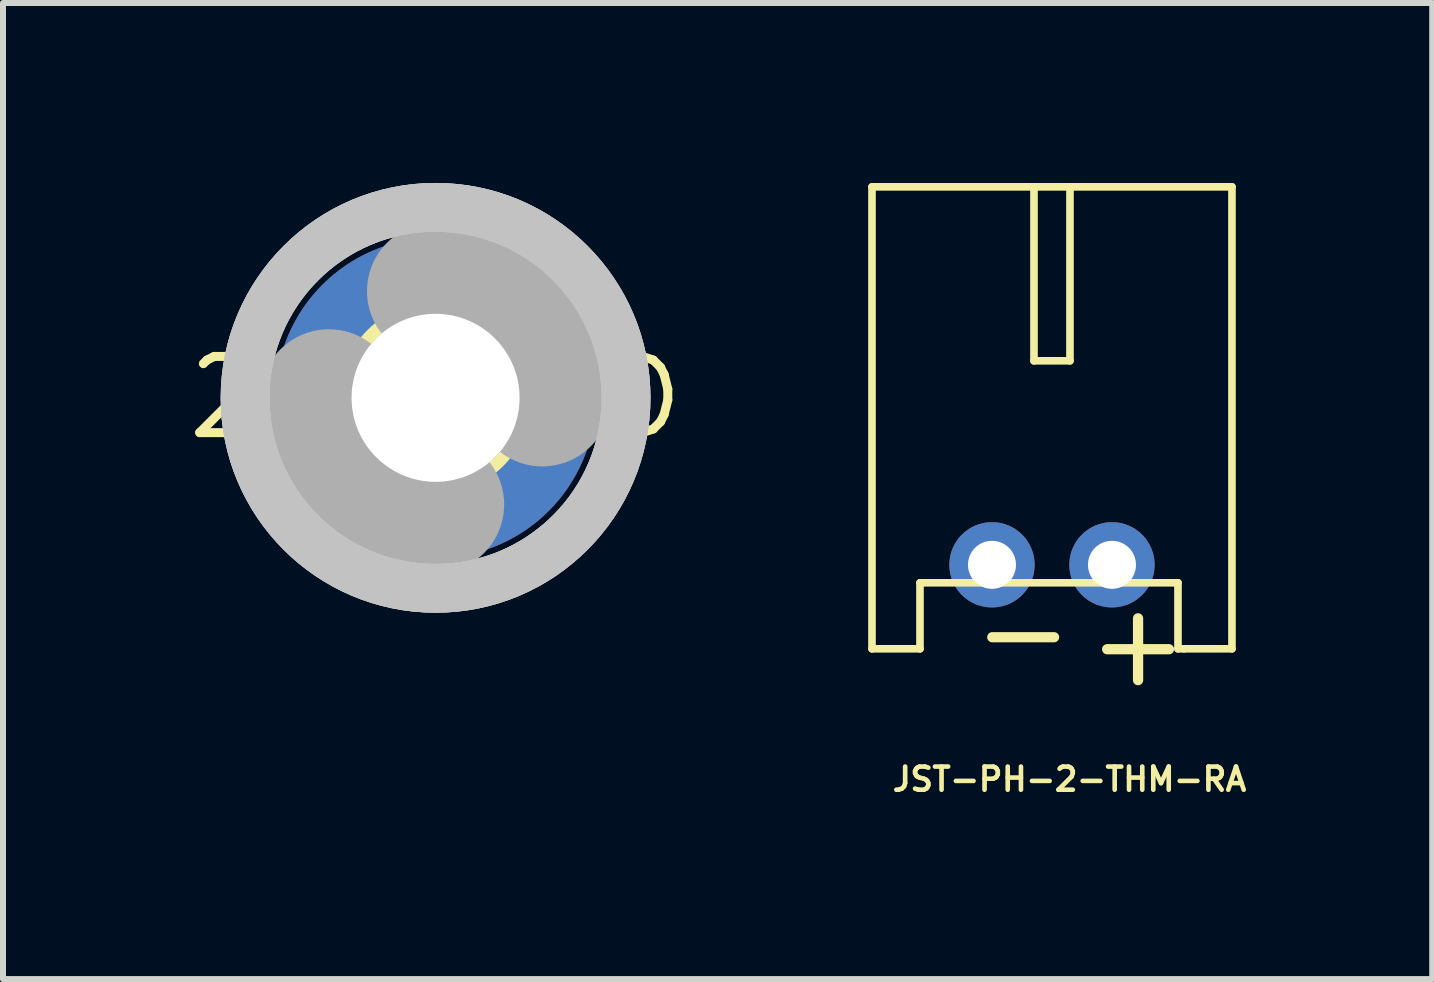
<source format=kicad_pcb>
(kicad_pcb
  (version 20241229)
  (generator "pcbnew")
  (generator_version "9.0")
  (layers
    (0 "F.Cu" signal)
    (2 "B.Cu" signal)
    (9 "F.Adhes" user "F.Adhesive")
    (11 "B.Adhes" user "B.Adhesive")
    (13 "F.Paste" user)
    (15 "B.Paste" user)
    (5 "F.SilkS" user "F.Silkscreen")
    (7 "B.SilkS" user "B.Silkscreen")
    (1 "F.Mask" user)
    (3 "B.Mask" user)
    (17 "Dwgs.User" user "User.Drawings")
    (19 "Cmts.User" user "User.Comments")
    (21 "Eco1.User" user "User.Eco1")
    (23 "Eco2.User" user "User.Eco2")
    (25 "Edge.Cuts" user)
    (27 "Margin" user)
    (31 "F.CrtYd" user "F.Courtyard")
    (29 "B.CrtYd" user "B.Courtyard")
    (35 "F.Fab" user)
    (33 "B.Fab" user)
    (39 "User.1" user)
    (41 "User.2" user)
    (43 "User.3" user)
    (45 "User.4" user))
  (footprint "2,8-PAD"
    (layer "F.Cu")
    (at 4.21 3.581)
    (property "Reference" "2,8-PAD" (at 0 0 0) (layer "F.SilkS") (effects (font (size 1.27 1.27) (thickness 0.15))))
    (attr through_hole)
    (fp_line (start 0 -2.921) (end 0 -2.667) (stroke (width 0.051) (type solid)) (layer "F.SilkS"))
    (fp_line (start 0 2.667) (end 0 2.921) (stroke (width 0.051) (type solid)) (layer "F.SilkS"))
    (fp_circle (center 0 0) (end 1.5 0) (stroke (width 0.203) (type solid)) (fill no) (layer "F.SilkS"))
    (fp_circle (center 0 0) (end 2.921 0) (stroke (width 0.152) (type solid)) (fill no) (layer "F.SilkS"))
    (fp_circle (center 0 0) (end 3.175 0) (stroke (width 0.813) (type solid)) (fill no) (layer "Dwgs.User"))
    (fp_circle (center 0 0) (end 3.175 0) (stroke (width 0.813) (type solid)) (fill no) (layer "Dwgs.User"))
    (fp_circle (center 0 0) (end 3.175 0) (stroke (width 0.813) (type solid)) (fill no) (layer "Dwgs.User"))
    (fp_arc (start 0 -1.778) (mid 1.257236 -1.257236) (end 1.778 0) (stroke (width 2.286) (type solid)) (layer "F.Fab"))
    (fp_arc (start 0 1.778) (mid -1.257236 1.257236) (end -1.778 0) (stroke (width 2.286) (type solid)) (layer "F.Fab"))
    (fp_circle (center 0 0) (end 0.635 0) (stroke (width 0.457) (type solid)) (fill no) (layer "F.Fab"))
    (pad "B2,8" thru_hole circle (at 0 0) (size 5.334 5.334) (drill 2.8) (layers "*.Cu" "*.Mask")))
  (footprint "JST-PH-2-THM-RA"
    (layer "F.Cu")
    (at 14.484 6.364)
    (property "Reference" "JST-PH-2-THM-RA" (at -2.7 3.8 180) (layer "F.SilkS") (effects (font (size 0.386 0.386) (thickness 0.077)) (justify left bottom)))
    (attr through_hole)
    (fp_line (start -3 -6.3) (end 3 -6.3) (stroke (width 0.127) (type solid)) (layer "F.SilkS"))
    (fp_line (start -3 1.4) (end -3 -6.3) (stroke (width 0.127) (type solid)) (layer "F.SilkS"))
    (fp_line (start -2.2 0.3) (end 2.1 0.3) (stroke (width 0.127) (type solid)) (layer "F.SilkS"))
    (fp_line (start -2.2 1.4) (end -3 1.4) (stroke (width 0.127) (type solid)) (layer "F.SilkS"))
    (fp_line (start -2.2 1.4) (end -2.2 0.3) (stroke (width 0.127) (type solid)) (layer "F.SilkS"))
    (fp_line (start -0.3 -6.3) (end -0.3 -3.4) (stroke (width 0.127) (type solid)) (layer "F.SilkS"))
    (fp_line (start -0.3 -3.4) (end 0.3 -3.4) (stroke (width 0.127) (type solid)) (layer "F.SilkS"))
    (fp_line (start 0.3 -3.4) (end 0.3 -6.3) (stroke (width 0.127) (type solid)) (layer "F.SilkS"))
    (fp_line (start 2.1 0.3) (end 2.1 1.4) (stroke (width 0.127) (type solid)) (layer "F.SilkS"))
    (fp_line (start 2.1 1.4) (end 2.2 1.4) (stroke (width 0.127) (type solid)) (layer "F.SilkS"))
    (fp_line (start 3 -6.3) (end 3 1.4) (stroke (width 0.127) (type solid)) (layer "F.SilkS"))
    (fp_line (start 3 1.4) (end 2.2 1.4) (stroke (width 0.127) (type solid)) (layer "F.SilkS"))
    (fp_text user "+" (at 0.486 2.096 0) (layer "F.SilkS") (effects (font (size 1.351 1.351) (thickness 0.171)) (justify left bottom)))
    (fp_text user "-" (at -1.429 1.896 0) (layer "F.SilkS") (effects (font (size 1.351 1.351) (thickness 0.171)) (justify left bottom)))
    (pad "1" thru_hole circle (at 1 0) (size 1.422 1.422) (drill 0.8) (layers "*.Cu" "*.Mask"))
    (pad "2" thru_hole circle (at -1 0) (size 1.422 1.422) (drill 0.8) (layers "*.Cu" "*.Mask")))
  (gr_rect
    (start -3 -3)
    (end 20.822 13.269)
    (stroke (width 0.1) (type default))
    (fill no)
    (layer "Edge.Cuts")))
</source>
